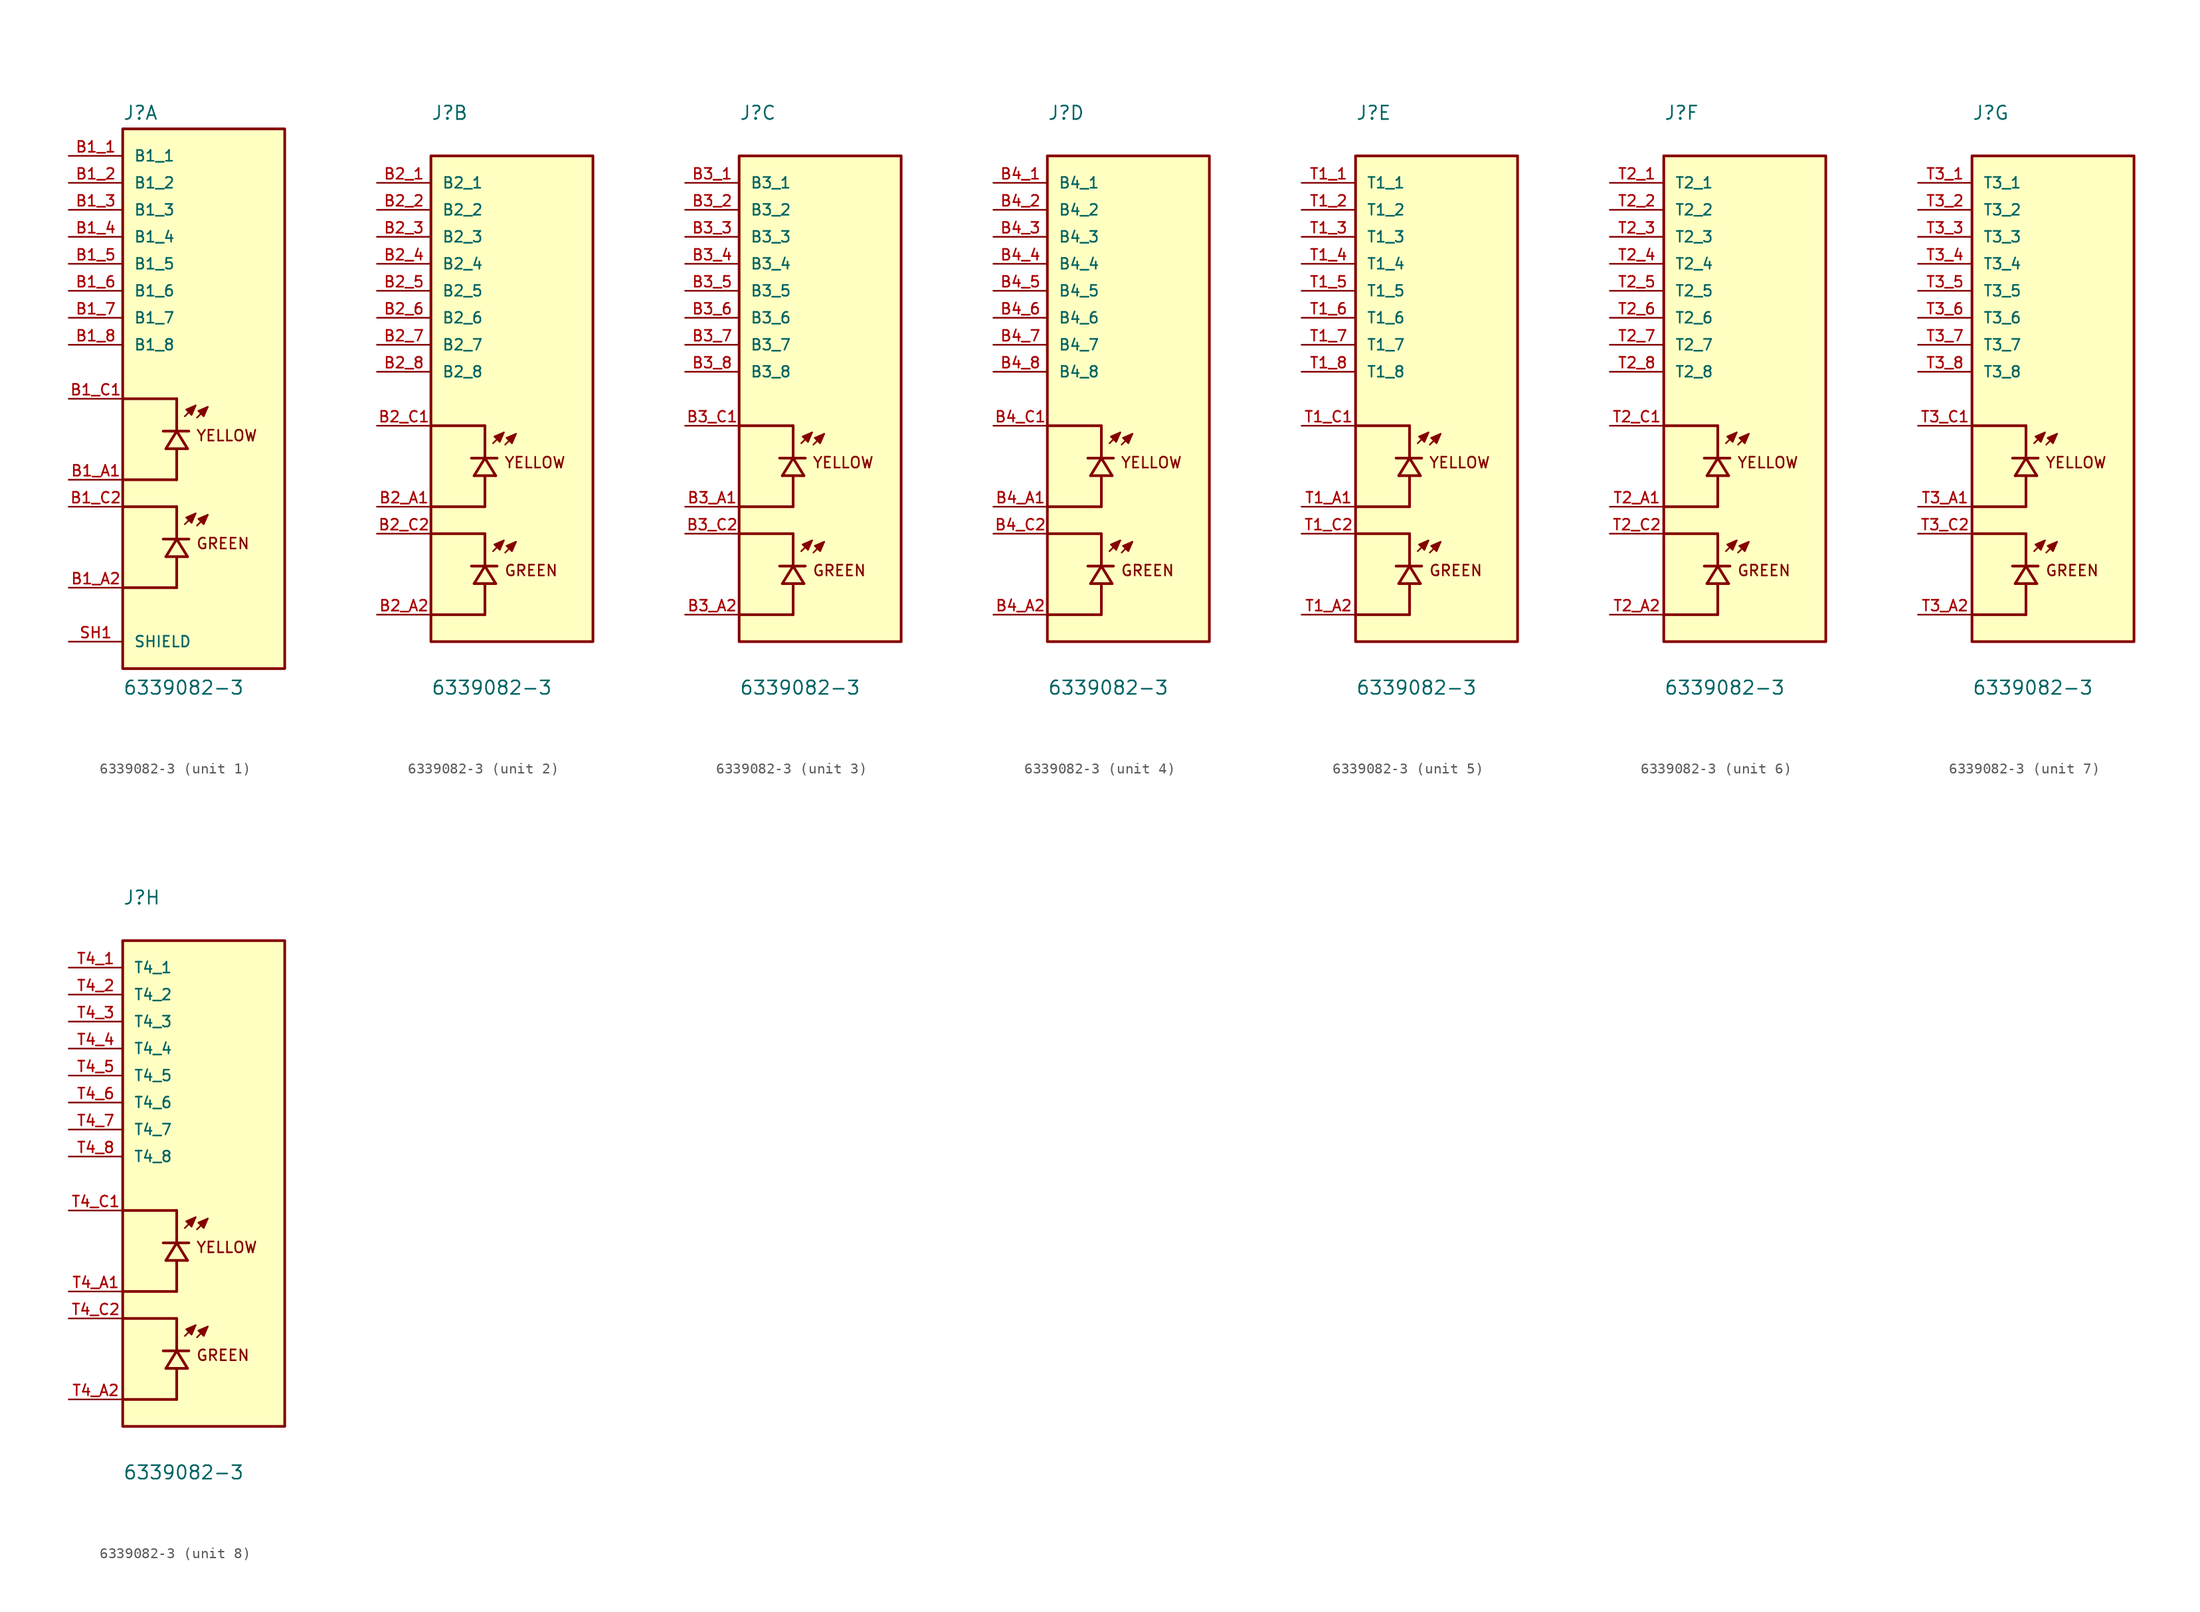
<source format=kicad_sym>
(kicad_symbol_lib
  (version 20211014)
  (generator kicad_symbol_editor)
  (symbol "6339082-3"
    (pin_names
      (offset 1.016))
    (property "Reference" "J"
      (at -7.62 26.162 0)
      (effects (font (size 1.27 1.27)) (justify bottom left)))
    (property "Value" "6339082-3"
      (at -7.62 -27.94 0)
      (effects (font (size 1.27 1.27)) (justify bottom left)))
    (symbol "6339082-3_1_0"
      (polyline (pts (xy -1.778 -1.651) (xy -0.762 -0.635)) (stroke (width 0.152)))
      (polyline (pts (xy -0.635 -1.778) (xy 0.381 -0.762)) (stroke (width 0.152)))
      (polyline (pts (xy -0.762 -0.635) (xy -1.651 -1.016) (xy -1.143 -1.524) (xy -0.762 -0.635)) (stroke (width 0.152)) (fill (type outline)))
      (polyline (pts (xy 0.381 -0.762) (xy -0.508 -1.143) (xy 0.0 -1.651) (xy 0.381 -0.762)) (stroke (width 0.152)) (fill (type outline)))
      (polyline (pts (xy -1.524 -4.699) (xy -2.54 -3.048)) (stroke (width 0.254)))
      (polyline (pts (xy -2.54 -3.048) (xy -3.556 -4.699)) (stroke (width 0.254)))
      (polyline (pts (xy -1.397 -3.048) (xy -2.54 -3.048)) (stroke (width 0.254)))
      (polyline (pts (xy -2.54 -3.048) (xy -3.81 -3.048)) (stroke (width 0.254)))
      (polyline (pts (xy -1.524 -4.699) (xy -3.556 -4.699)) (stroke (width 0.254)))
      (polyline (pts (xy -2.54 -7.62) (xy -2.54 -4.826)) (stroke (width 0.254)))
      (polyline (pts (xy -2.54 -2.921) (xy -2.54 0.0)) (stroke (width 0.254)))
      (polyline (pts (xy -2.54 0.0) (xy -7.62 0.0)) (stroke (width 0.254)))
      (polyline (pts (xy -2.54 -7.62) (xy -7.62 -7.62)) (stroke (width 0.254)))
      (polyline (pts (xy -1.778 -11.811) (xy -0.762 -10.795)) (stroke (width 0.152)))
      (polyline (pts (xy -0.635 -11.938) (xy 0.381 -10.922)) (stroke (width 0.152)))
      (polyline (pts (xy -0.762 -10.795) (xy -1.651 -11.176) (xy -1.143 -11.684) (xy -0.762 -10.795)) (stroke (width 0.152)) (fill (type outline)))
      (polyline (pts (xy 0.381 -10.922) (xy -0.508 -11.303) (xy 0.0 -11.811) (xy 0.381 -10.922)) (stroke (width 0.152)) (fill (type outline)))
      (polyline (pts (xy -1.524 -14.859) (xy -2.54 -13.208)) (stroke (width 0.254)))
      (polyline (pts (xy -2.54 -13.208) (xy -3.556 -14.859)) (stroke (width 0.254)))
      (polyline (pts (xy -1.397 -13.208) (xy -2.54 -13.208)) (stroke (width 0.254)))
      (polyline (pts (xy -2.54 -13.208) (xy -3.81 -13.208)) (stroke (width 0.254)))
      (polyline (pts (xy -1.524 -14.859) (xy -3.556 -14.859)) (stroke (width 0.254)))
      (polyline (pts (xy -2.54 -17.78) (xy -2.54 -14.986)) (stroke (width 0.254)))
      (polyline (pts (xy -2.54 -13.081) (xy -2.54 -10.16)) (stroke (width 0.254)))
      (polyline (pts (xy -2.54 -10.16) (xy -7.62 -10.16)) (stroke (width 0.254)))
      (polyline (pts (xy -2.54 -17.78) (xy -7.62 -17.78)) (stroke (width 0.254)))
      (text "YELLOW" (at -0.762 -4.064 0) (effects (font (size 1.016 1.016)) (justify bottom left)))
      (text "GREEN" (at -0.762 -14.224 0) (effects (font (size 1.016 1.016)) (justify bottom left)))
      (rectangle (start -7.62 -25.4) (end 7.62 25.4) (stroke (width 0.254)) (fill (type background)))
      (pin passive line (at -12.7 22.86 0) (length 5.08) (name "B1_1" (effects (font (size 1.016 1.016)))) (number "B1_1" (effects (font (size 1.016 1.016)))))
      (pin passive line (at -12.7 -22.86 0) (length 5.08) (name "SHIELD" (effects (font (size 1.016 1.016)))) (number "SH1" (effects (font (size 1.016 1.016)))))
      (pin passive line (at -12.7 -22.86 0) (length 5.08) hide (name "SHIELD" (effects (font (size 1.016 1.016)))) (number "SH2" (effects (font (size 1.016 1.016)))))
      (pin passive line (at -12.7 -22.86 0) (length 5.08) hide (name "SHIELD" (effects (font (size 1.016 1.016)))) (number "SH3" (effects (font (size 1.016 1.016)))))
      (pin passive line (at -12.7 -22.86 0) (length 5.08) hide (name "SHIELD" (effects (font (size 1.016 1.016)))) (number "SH4" (effects (font (size 1.016 1.016)))))
      (pin passive line (at -12.7 -22.86 0) (length 5.08) hide (name "SHIELD" (effects (font (size 1.016 1.016)))) (number "SH5" (effects (font (size 1.016 1.016)))))
      (pin passive line (at -12.7 -22.86 0) (length 5.08) hide (name "SHIELD" (effects (font (size 1.016 1.016)))) (number "SH6" (effects (font (size 1.016 1.016)))))
      (pin passive line (at -12.7 -7.62 0) (length 5.08) (name "~" (effects (font (size 1.016 1.016)))) (number "B1_A1" (effects (font (size 1.016 1.016)))))
      (pin passive line (at -12.7 0.0 0) (length 5.08) (name "~" (effects (font (size 1.016 1.016)))) (number "B1_C1" (effects (font (size 1.016 1.016)))))
      (pin passive line (at -12.7 -17.78 0) (length 5.08) (name "~" (effects (font (size 1.016 1.016)))) (number "B1_A2" (effects (font (size 1.016 1.016)))))
      (pin passive line (at -12.7 -10.16 0) (length 5.08) (name "~" (effects (font (size 1.016 1.016)))) (number "B1_C2" (effects (font (size 1.016 1.016)))))
      (pin passive line (at -12.7 20.32 0) (length 5.08) (name "B1_2" (effects (font (size 1.016 1.016)))) (number "B1_2" (effects (font (size 1.016 1.016)))))
      (pin passive line (at -12.7 17.78 0) (length 5.08) (name "B1_3" (effects (font (size 1.016 1.016)))) (number "B1_3" (effects (font (size 1.016 1.016)))))
      (pin passive line (at -12.7 15.24 0) (length 5.08) (name "B1_4" (effects (font (size 1.016 1.016)))) (number "B1_4" (effects (font (size 1.016 1.016)))))
      (pin passive line (at -12.7 12.7 0) (length 5.08) (name "B1_5" (effects (font (size 1.016 1.016)))) (number "B1_5" (effects (font (size 1.016 1.016)))))
      (pin passive line (at -12.7 10.16 0) (length 5.08) (name "B1_6" (effects (font (size 1.016 1.016)))) (number "B1_6" (effects (font (size 1.016 1.016)))))
      (pin passive line (at -12.7 7.62 0) (length 5.08) (name "B1_7" (effects (font (size 1.016 1.016)))) (number "B1_7" (effects (font (size 1.016 1.016)))))
      (pin passive line (at -12.7 5.08 0) (length 5.08) (name "B1_8" (effects (font (size 1.016 1.016)))) (number "B1_8" (effects (font (size 1.016 1.016))))))
    (symbol "6339082-3_2_0"
      (polyline (pts (xy -1.778 -4.191) (xy -0.762 -3.175)) (stroke (width 0.152)))
      (polyline (pts (xy -0.635 -4.318) (xy 0.381 -3.302)) (stroke (width 0.152)))
      (polyline (pts (xy -0.762 -3.175) (xy -1.651 -3.556) (xy -1.143 -4.064) (xy -0.762 -3.175)) (stroke (width 0.152)) (fill (type outline)))
      (polyline (pts (xy 0.381 -3.302) (xy -0.508 -3.683) (xy 0.0 -4.191) (xy 0.381 -3.302)) (stroke (width 0.152)) (fill (type outline)))
      (polyline (pts (xy -1.524 -7.239) (xy -2.54 -5.588)) (stroke (width 0.254)))
      (polyline (pts (xy -2.54 -5.588) (xy -3.556 -7.239)) (stroke (width 0.254)))
      (polyline (pts (xy -1.397 -5.588) (xy -2.54 -5.588)) (stroke (width 0.254)))
      (polyline (pts (xy -2.54 -5.588) (xy -3.81 -5.588)) (stroke (width 0.254)))
      (polyline (pts (xy -1.524 -7.239) (xy -3.556 -7.239)) (stroke (width 0.254)))
      (polyline (pts (xy -2.54 -10.16) (xy -2.54 -7.366)) (stroke (width 0.254)))
      (polyline (pts (xy -2.54 -5.461) (xy -2.54 -2.54)) (stroke (width 0.254)))
      (polyline (pts (xy -2.54 -2.54) (xy -7.62 -2.54)) (stroke (width 0.254)))
      (polyline (pts (xy -2.54 -10.16) (xy -7.62 -10.16)) (stroke (width 0.254)))
      (polyline (pts (xy -1.778 -14.351) (xy -0.762 -13.335)) (stroke (width 0.152)))
      (polyline (pts (xy -0.635 -14.478) (xy 0.381 -13.462)) (stroke (width 0.152)))
      (polyline (pts (xy -0.762 -13.335) (xy -1.651 -13.716) (xy -1.143 -14.224) (xy -0.762 -13.335)) (stroke (width 0.152)) (fill (type outline)))
      (polyline (pts (xy 0.381 -13.462) (xy -0.508 -13.843) (xy 0.0 -14.351) (xy 0.381 -13.462)) (stroke (width 0.152)) (fill (type outline)))
      (polyline (pts (xy -1.524 -17.399) (xy -2.54 -15.748)) (stroke (width 0.254)))
      (polyline (pts (xy -2.54 -15.748) (xy -3.556 -17.399)) (stroke (width 0.254)))
      (polyline (pts (xy -1.397 -15.748) (xy -2.54 -15.748)) (stroke (width 0.254)))
      (polyline (pts (xy -2.54 -15.748) (xy -3.81 -15.748)) (stroke (width 0.254)))
      (polyline (pts (xy -1.524 -17.399) (xy -3.556 -17.399)) (stroke (width 0.254)))
      (polyline (pts (xy -2.54 -20.32) (xy -2.54 -17.526)) (stroke (width 0.254)))
      (polyline (pts (xy -2.54 -15.621) (xy -2.54 -12.7)) (stroke (width 0.254)))
      (polyline (pts (xy -2.54 -12.7) (xy -7.62 -12.7)) (stroke (width 0.254)))
      (polyline (pts (xy -2.54 -20.32) (xy -7.62 -20.32)) (stroke (width 0.254)))
      (text "YELLOW" (at -0.762 -6.604 0) (effects (font (size 1.016 1.016)) (justify bottom left)))
      (text "GREEN" (at -0.762 -16.764 0) (effects (font (size 1.016 1.016)) (justify bottom left)))
      (rectangle (start -7.62 -22.86) (end 7.62 22.86) (stroke (width 0.254)) (fill (type background)))
      (pin passive line (at -12.7 20.32 0) (length 5.08) (name "B2_1" (effects (font (size 1.016 1.016)))) (number "B2_1" (effects (font (size 1.016 1.016)))))
      (pin passive line (at -12.7 -10.16 0) (length 5.08) (name "~" (effects (font (size 1.016 1.016)))) (number "B2_A1" (effects (font (size 1.016 1.016)))))
      (pin passive line (at -12.7 -2.54 0) (length 5.08) (name "~" (effects (font (size 1.016 1.016)))) (number "B2_C1" (effects (font (size 1.016 1.016)))))
      (pin passive line (at -12.7 -20.32 0) (length 5.08) (name "~" (effects (font (size 1.016 1.016)))) (number "B2_A2" (effects (font (size 1.016 1.016)))))
      (pin passive line (at -12.7 -12.7 0) (length 5.08) (name "~" (effects (font (size 1.016 1.016)))) (number "B2_C2" (effects (font (size 1.016 1.016)))))
      (pin passive line (at -12.7 17.78 0) (length 5.08) (name "B2_2" (effects (font (size 1.016 1.016)))) (number "B2_2" (effects (font (size 1.016 1.016)))))
      (pin passive line (at -12.7 15.24 0) (length 5.08) (name "B2_3" (effects (font (size 1.016 1.016)))) (number "B2_3" (effects (font (size 1.016 1.016)))))
      (pin passive line (at -12.7 12.7 0) (length 5.08) (name "B2_4" (effects (font (size 1.016 1.016)))) (number "B2_4" (effects (font (size 1.016 1.016)))))
      (pin passive line (at -12.7 10.16 0) (length 5.08) (name "B2_5" (effects (font (size 1.016 1.016)))) (number "B2_5" (effects (font (size 1.016 1.016)))))
      (pin passive line (at -12.7 7.62 0) (length 5.08) (name "B2_6" (effects (font (size 1.016 1.016)))) (number "B2_6" (effects (font (size 1.016 1.016)))))
      (pin passive line (at -12.7 5.08 0) (length 5.08) (name "B2_7" (effects (font (size 1.016 1.016)))) (number "B2_7" (effects (font (size 1.016 1.016)))))
      (pin passive line (at -12.7 2.54 0) (length 5.08) (name "B2_8" (effects (font (size 1.016 1.016)))) (number "B2_8" (effects (font (size 1.016 1.016))))))
    (symbol "6339082-3_3_0"
      (polyline (pts (xy -1.778 -4.191) (xy -0.762 -3.175)) (stroke (width 0.152)))
      (polyline (pts (xy -0.635 -4.318) (xy 0.381 -3.302)) (stroke (width 0.152)))
      (polyline (pts (xy -0.762 -3.175) (xy -1.651 -3.556) (xy -1.143 -4.064) (xy -0.762 -3.175)) (stroke (width 0.152)) (fill (type outline)))
      (polyline (pts (xy 0.381 -3.302) (xy -0.508 -3.683) (xy 0.0 -4.191) (xy 0.381 -3.302)) (stroke (width 0.152)) (fill (type outline)))
      (polyline (pts (xy -1.524 -7.239) (xy -2.54 -5.588)) (stroke (width 0.254)))
      (polyline (pts (xy -2.54 -5.588) (xy -3.556 -7.239)) (stroke (width 0.254)))
      (polyline (pts (xy -1.397 -5.588) (xy -2.54 -5.588)) (stroke (width 0.254)))
      (polyline (pts (xy -2.54 -5.588) (xy -3.81 -5.588)) (stroke (width 0.254)))
      (polyline (pts (xy -1.524 -7.239) (xy -3.556 -7.239)) (stroke (width 0.254)))
      (polyline (pts (xy -2.54 -10.16) (xy -2.54 -7.366)) (stroke (width 0.254)))
      (polyline (pts (xy -2.54 -5.461) (xy -2.54 -2.54)) (stroke (width 0.254)))
      (polyline (pts (xy -2.54 -2.54) (xy -7.62 -2.54)) (stroke (width 0.254)))
      (polyline (pts (xy -2.54 -10.16) (xy -7.62 -10.16)) (stroke (width 0.254)))
      (polyline (pts (xy -1.778 -14.351) (xy -0.762 -13.335)) (stroke (width 0.152)))
      (polyline (pts (xy -0.635 -14.478) (xy 0.381 -13.462)) (stroke (width 0.152)))
      (polyline (pts (xy -0.762 -13.335) (xy -1.651 -13.716) (xy -1.143 -14.224) (xy -0.762 -13.335)) (stroke (width 0.152)) (fill (type outline)))
      (polyline (pts (xy 0.381 -13.462) (xy -0.508 -13.843) (xy 0.0 -14.351) (xy 0.381 -13.462)) (stroke (width 0.152)) (fill (type outline)))
      (polyline (pts (xy -1.524 -17.399) (xy -2.54 -15.748)) (stroke (width 0.254)))
      (polyline (pts (xy -2.54 -15.748) (xy -3.556 -17.399)) (stroke (width 0.254)))
      (polyline (pts (xy -1.397 -15.748) (xy -2.54 -15.748)) (stroke (width 0.254)))
      (polyline (pts (xy -2.54 -15.748) (xy -3.81 -15.748)) (stroke (width 0.254)))
      (polyline (pts (xy -1.524 -17.399) (xy -3.556 -17.399)) (stroke (width 0.254)))
      (polyline (pts (xy -2.54 -20.32) (xy -2.54 -17.526)) (stroke (width 0.254)))
      (polyline (pts (xy -2.54 -15.621) (xy -2.54 -12.7)) (stroke (width 0.254)))
      (polyline (pts (xy -2.54 -12.7) (xy -7.62 -12.7)) (stroke (width 0.254)))
      (polyline (pts (xy -2.54 -20.32) (xy -7.62 -20.32)) (stroke (width 0.254)))
      (text "YELLOW" (at -0.762 -6.604 0) (effects (font (size 1.016 1.016)) (justify bottom left)))
      (text "GREEN" (at -0.762 -16.764 0) (effects (font (size 1.016 1.016)) (justify bottom left)))
      (rectangle (start -7.62 -22.86) (end 7.62 22.86) (stroke (width 0.254)) (fill (type background)))
      (pin passive line (at -12.7 20.32 0) (length 5.08) (name "B3_1" (effects (font (size 1.016 1.016)))) (number "B3_1" (effects (font (size 1.016 1.016)))))
      (pin passive line (at -12.7 -10.16 0) (length 5.08) (name "~" (effects (font (size 1.016 1.016)))) (number "B3_A1" (effects (font (size 1.016 1.016)))))
      (pin passive line (at -12.7 -2.54 0) (length 5.08) (name "~" (effects (font (size 1.016 1.016)))) (number "B3_C1" (effects (font (size 1.016 1.016)))))
      (pin passive line (at -12.7 -20.32 0) (length 5.08) (name "~" (effects (font (size 1.016 1.016)))) (number "B3_A2" (effects (font (size 1.016 1.016)))))
      (pin passive line (at -12.7 -12.7 0) (length 5.08) (name "~" (effects (font (size 1.016 1.016)))) (number "B3_C2" (effects (font (size 1.016 1.016)))))
      (pin passive line (at -12.7 17.78 0) (length 5.08) (name "B3_2" (effects (font (size 1.016 1.016)))) (number "B3_2" (effects (font (size 1.016 1.016)))))
      (pin passive line (at -12.7 15.24 0) (length 5.08) (name "B3_3" (effects (font (size 1.016 1.016)))) (number "B3_3" (effects (font (size 1.016 1.016)))))
      (pin passive line (at -12.7 12.7 0) (length 5.08) (name "B3_4" (effects (font (size 1.016 1.016)))) (number "B3_4" (effects (font (size 1.016 1.016)))))
      (pin passive line (at -12.7 10.16 0) (length 5.08) (name "B3_5" (effects (font (size 1.016 1.016)))) (number "B3_5" (effects (font (size 1.016 1.016)))))
      (pin passive line (at -12.7 7.62 0) (length 5.08) (name "B3_6" (effects (font (size 1.016 1.016)))) (number "B3_6" (effects (font (size 1.016 1.016)))))
      (pin passive line (at -12.7 5.08 0) (length 5.08) (name "B3_7" (effects (font (size 1.016 1.016)))) (number "B3_7" (effects (font (size 1.016 1.016)))))
      (pin passive line (at -12.7 2.54 0) (length 5.08) (name "B3_8" (effects (font (size 1.016 1.016)))) (number "B3_8" (effects (font (size 1.016 1.016))))))
    (symbol "6339082-3_4_0"
      (polyline (pts (xy -1.778 -4.191) (xy -0.762 -3.175)) (stroke (width 0.152)))
      (polyline (pts (xy -0.635 -4.318) (xy 0.381 -3.302)) (stroke (width 0.152)))
      (polyline (pts (xy -0.762 -3.175) (xy -1.651 -3.556) (xy -1.143 -4.064) (xy -0.762 -3.175)) (stroke (width 0.152)) (fill (type outline)))
      (polyline (pts (xy 0.381 -3.302) (xy -0.508 -3.683) (xy 0.0 -4.191) (xy 0.381 -3.302)) (stroke (width 0.152)) (fill (type outline)))
      (polyline (pts (xy -1.524 -7.239) (xy -2.54 -5.588)) (stroke (width 0.254)))
      (polyline (pts (xy -2.54 -5.588) (xy -3.556 -7.239)) (stroke (width 0.254)))
      (polyline (pts (xy -1.397 -5.588) (xy -2.54 -5.588)) (stroke (width 0.254)))
      (polyline (pts (xy -2.54 -5.588) (xy -3.81 -5.588)) (stroke (width 0.254)))
      (polyline (pts (xy -1.524 -7.239) (xy -3.556 -7.239)) (stroke (width 0.254)))
      (polyline (pts (xy -2.54 -10.16) (xy -2.54 -7.366)) (stroke (width 0.254)))
      (polyline (pts (xy -2.54 -5.461) (xy -2.54 -2.54)) (stroke (width 0.254)))
      (polyline (pts (xy -2.54 -2.54) (xy -7.62 -2.54)) (stroke (width 0.254)))
      (polyline (pts (xy -2.54 -10.16) (xy -7.62 -10.16)) (stroke (width 0.254)))
      (polyline (pts (xy -1.778 -14.351) (xy -0.762 -13.335)) (stroke (width 0.152)))
      (polyline (pts (xy -0.635 -14.478) (xy 0.381 -13.462)) (stroke (width 0.152)))
      (polyline (pts (xy -0.762 -13.335) (xy -1.651 -13.716) (xy -1.143 -14.224) (xy -0.762 -13.335)) (stroke (width 0.152)) (fill (type outline)))
      (polyline (pts (xy 0.381 -13.462) (xy -0.508 -13.843) (xy 0.0 -14.351) (xy 0.381 -13.462)) (stroke (width 0.152)) (fill (type outline)))
      (polyline (pts (xy -1.524 -17.399) (xy -2.54 -15.748)) (stroke (width 0.254)))
      (polyline (pts (xy -2.54 -15.748) (xy -3.556 -17.399)) (stroke (width 0.254)))
      (polyline (pts (xy -1.397 -15.748) (xy -2.54 -15.748)) (stroke (width 0.254)))
      (polyline (pts (xy -2.54 -15.748) (xy -3.81 -15.748)) (stroke (width 0.254)))
      (polyline (pts (xy -1.524 -17.399) (xy -3.556 -17.399)) (stroke (width 0.254)))
      (polyline (pts (xy -2.54 -20.32) (xy -2.54 -17.526)) (stroke (width 0.254)))
      (polyline (pts (xy -2.54 -15.621) (xy -2.54 -12.7)) (stroke (width 0.254)))
      (polyline (pts (xy -2.54 -12.7) (xy -7.62 -12.7)) (stroke (width 0.254)))
      (polyline (pts (xy -2.54 -20.32) (xy -7.62 -20.32)) (stroke (width 0.254)))
      (text "YELLOW" (at -0.762 -6.604 0) (effects (font (size 1.016 1.016)) (justify bottom left)))
      (text "GREEN" (at -0.762 -16.764 0) (effects (font (size 1.016 1.016)) (justify bottom left)))
      (rectangle (start -7.62 -22.86) (end 7.62 22.86) (stroke (width 0.254)) (fill (type background)))
      (pin passive line (at -12.7 20.32 0) (length 5.08) (name "B4_1" (effects (font (size 1.016 1.016)))) (number "B4_1" (effects (font (size 1.016 1.016)))))
      (pin passive line (at -12.7 -10.16 0) (length 5.08) (name "~" (effects (font (size 1.016 1.016)))) (number "B4_A1" (effects (font (size 1.016 1.016)))))
      (pin passive line (at -12.7 -2.54 0) (length 5.08) (name "~" (effects (font (size 1.016 1.016)))) (number "B4_C1" (effects (font (size 1.016 1.016)))))
      (pin passive line (at -12.7 -20.32 0) (length 5.08) (name "~" (effects (font (size 1.016 1.016)))) (number "B4_A2" (effects (font (size 1.016 1.016)))))
      (pin passive line (at -12.7 -12.7 0) (length 5.08) (name "~" (effects (font (size 1.016 1.016)))) (number "B4_C2" (effects (font (size 1.016 1.016)))))
      (pin passive line (at -12.7 17.78 0) (length 5.08) (name "B4_2" (effects (font (size 1.016 1.016)))) (number "B4_2" (effects (font (size 1.016 1.016)))))
      (pin passive line (at -12.7 15.24 0) (length 5.08) (name "B4_3" (effects (font (size 1.016 1.016)))) (number "B4_3" (effects (font (size 1.016 1.016)))))
      (pin passive line (at -12.7 12.7 0) (length 5.08) (name "B4_4" (effects (font (size 1.016 1.016)))) (number "B4_4" (effects (font (size 1.016 1.016)))))
      (pin passive line (at -12.7 10.16 0) (length 5.08) (name "B4_5" (effects (font (size 1.016 1.016)))) (number "B4_5" (effects (font (size 1.016 1.016)))))
      (pin passive line (at -12.7 7.62 0) (length 5.08) (name "B4_6" (effects (font (size 1.016 1.016)))) (number "B4_6" (effects (font (size 1.016 1.016)))))
      (pin passive line (at -12.7 5.08 0) (length 5.08) (name "B4_7" (effects (font (size 1.016 1.016)))) (number "B4_7" (effects (font (size 1.016 1.016)))))
      (pin passive line (at -12.7 2.54 0) (length 5.08) (name "B4_8" (effects (font (size 1.016 1.016)))) (number "B4_8" (effects (font (size 1.016 1.016))))))
    (symbol "6339082-3_5_0"
      (polyline (pts (xy -1.778 -4.191) (xy -0.762 -3.175)) (stroke (width 0.152)))
      (polyline (pts (xy -0.635 -4.318) (xy 0.381 -3.302)) (stroke (width 0.152)))
      (polyline (pts (xy -0.762 -3.175) (xy -1.651 -3.556) (xy -1.143 -4.064) (xy -0.762 -3.175)) (stroke (width 0.152)) (fill (type outline)))
      (polyline (pts (xy 0.381 -3.302) (xy -0.508 -3.683) (xy 0.0 -4.191) (xy 0.381 -3.302)) (stroke (width 0.152)) (fill (type outline)))
      (polyline (pts (xy -1.524 -7.239) (xy -2.54 -5.588)) (stroke (width 0.254)))
      (polyline (pts (xy -2.54 -5.588) (xy -3.556 -7.239)) (stroke (width 0.254)))
      (polyline (pts (xy -1.397 -5.588) (xy -2.54 -5.588)) (stroke (width 0.254)))
      (polyline (pts (xy -2.54 -5.588) (xy -3.81 -5.588)) (stroke (width 0.254)))
      (polyline (pts (xy -1.524 -7.239) (xy -3.556 -7.239)) (stroke (width 0.254)))
      (polyline (pts (xy -2.54 -10.16) (xy -2.54 -7.366)) (stroke (width 0.254)))
      (polyline (pts (xy -2.54 -5.461) (xy -2.54 -2.54)) (stroke (width 0.254)))
      (polyline (pts (xy -2.54 -2.54) (xy -7.62 -2.54)) (stroke (width 0.254)))
      (polyline (pts (xy -2.54 -10.16) (xy -7.62 -10.16)) (stroke (width 0.254)))
      (polyline (pts (xy -1.778 -14.351) (xy -0.762 -13.335)) (stroke (width 0.152)))
      (polyline (pts (xy -0.635 -14.478) (xy 0.381 -13.462)) (stroke (width 0.152)))
      (polyline (pts (xy -0.762 -13.335) (xy -1.651 -13.716) (xy -1.143 -14.224) (xy -0.762 -13.335)) (stroke (width 0.152)) (fill (type outline)))
      (polyline (pts (xy 0.381 -13.462) (xy -0.508 -13.843) (xy 0.0 -14.351) (xy 0.381 -13.462)) (stroke (width 0.152)) (fill (type outline)))
      (polyline (pts (xy -1.524 -17.399) (xy -2.54 -15.748)) (stroke (width 0.254)))
      (polyline (pts (xy -2.54 -15.748) (xy -3.556 -17.399)) (stroke (width 0.254)))
      (polyline (pts (xy -1.397 -15.748) (xy -2.54 -15.748)) (stroke (width 0.254)))
      (polyline (pts (xy -2.54 -15.748) (xy -3.81 -15.748)) (stroke (width 0.254)))
      (polyline (pts (xy -1.524 -17.399) (xy -3.556 -17.399)) (stroke (width 0.254)))
      (polyline (pts (xy -2.54 -20.32) (xy -2.54 -17.526)) (stroke (width 0.254)))
      (polyline (pts (xy -2.54 -15.621) (xy -2.54 -12.7)) (stroke (width 0.254)))
      (polyline (pts (xy -2.54 -12.7) (xy -7.62 -12.7)) (stroke (width 0.254)))
      (polyline (pts (xy -2.54 -20.32) (xy -7.62 -20.32)) (stroke (width 0.254)))
      (text "YELLOW" (at -0.762 -6.604 0) (effects (font (size 1.016 1.016)) (justify bottom left)))
      (text "GREEN" (at -0.762 -16.764 0) (effects (font (size 1.016 1.016)) (justify bottom left)))
      (rectangle (start -7.62 -22.86) (end 7.62 22.86) (stroke (width 0.254)) (fill (type background)))
      (pin passive line (at -12.7 20.32 0) (length 5.08) (name "T1_1" (effects (font (size 1.016 1.016)))) (number "T1_1" (effects (font (size 1.016 1.016)))))
      (pin passive line (at -12.7 -10.16 0) (length 5.08) (name "~" (effects (font (size 1.016 1.016)))) (number "T1_A1" (effects (font (size 1.016 1.016)))))
      (pin passive line (at -12.7 -2.54 0) (length 5.08) (name "~" (effects (font (size 1.016 1.016)))) (number "T1_C1" (effects (font (size 1.016 1.016)))))
      (pin passive line (at -12.7 -20.32 0) (length 5.08) (name "~" (effects (font (size 1.016 1.016)))) (number "T1_A2" (effects (font (size 1.016 1.016)))))
      (pin passive line (at -12.7 -12.7 0) (length 5.08) (name "~" (effects (font (size 1.016 1.016)))) (number "T1_C2" (effects (font (size 1.016 1.016)))))
      (pin passive line (at -12.7 17.78 0) (length 5.08) (name "T1_2" (effects (font (size 1.016 1.016)))) (number "T1_2" (effects (font (size 1.016 1.016)))))
      (pin passive line (at -12.7 15.24 0) (length 5.08) (name "T1_3" (effects (font (size 1.016 1.016)))) (number "T1_3" (effects (font (size 1.016 1.016)))))
      (pin passive line (at -12.7 12.7 0) (length 5.08) (name "T1_4" (effects (font (size 1.016 1.016)))) (number "T1_4" (effects (font (size 1.016 1.016)))))
      (pin passive line (at -12.7 10.16 0) (length 5.08) (name "T1_5" (effects (font (size 1.016 1.016)))) (number "T1_5" (effects (font (size 1.016 1.016)))))
      (pin passive line (at -12.7 7.62 0) (length 5.08) (name "T1_6" (effects (font (size 1.016 1.016)))) (number "T1_6" (effects (font (size 1.016 1.016)))))
      (pin passive line (at -12.7 5.08 0) (length 5.08) (name "T1_7" (effects (font (size 1.016 1.016)))) (number "T1_7" (effects (font (size 1.016 1.016)))))
      (pin passive line (at -12.7 2.54 0) (length 5.08) (name "T1_8" (effects (font (size 1.016 1.016)))) (number "T1_8" (effects (font (size 1.016 1.016))))))
    (symbol "6339082-3_6_0"
      (polyline (pts (xy -1.778 -4.191) (xy -0.762 -3.175)) (stroke (width 0.152)))
      (polyline (pts (xy -0.635 -4.318) (xy 0.381 -3.302)) (stroke (width 0.152)))
      (polyline (pts (xy -0.762 -3.175) (xy -1.651 -3.556) (xy -1.143 -4.064) (xy -0.762 -3.175)) (stroke (width 0.152)) (fill (type outline)))
      (polyline (pts (xy 0.381 -3.302) (xy -0.508 -3.683) (xy 0.0 -4.191) (xy 0.381 -3.302)) (stroke (width 0.152)) (fill (type outline)))
      (polyline (pts (xy -1.524 -7.239) (xy -2.54 -5.588)) (stroke (width 0.254)))
      (polyline (pts (xy -2.54 -5.588) (xy -3.556 -7.239)) (stroke (width 0.254)))
      (polyline (pts (xy -1.397 -5.588) (xy -2.54 -5.588)) (stroke (width 0.254)))
      (polyline (pts (xy -2.54 -5.588) (xy -3.81 -5.588)) (stroke (width 0.254)))
      (polyline (pts (xy -1.524 -7.239) (xy -3.556 -7.239)) (stroke (width 0.254)))
      (polyline (pts (xy -2.54 -10.16) (xy -2.54 -7.366)) (stroke (width 0.254)))
      (polyline (pts (xy -2.54 -5.461) (xy -2.54 -2.54)) (stroke (width 0.254)))
      (polyline (pts (xy -2.54 -2.54) (xy -7.62 -2.54)) (stroke (width 0.254)))
      (polyline (pts (xy -2.54 -10.16) (xy -7.62 -10.16)) (stroke (width 0.254)))
      (polyline (pts (xy -1.778 -14.351) (xy -0.762 -13.335)) (stroke (width 0.152)))
      (polyline (pts (xy -0.635 -14.478) (xy 0.381 -13.462)) (stroke (width 0.152)))
      (polyline (pts (xy -0.762 -13.335) (xy -1.651 -13.716) (xy -1.143 -14.224) (xy -0.762 -13.335)) (stroke (width 0.152)) (fill (type outline)))
      (polyline (pts (xy 0.381 -13.462) (xy -0.508 -13.843) (xy 0.0 -14.351) (xy 0.381 -13.462)) (stroke (width 0.152)) (fill (type outline)))
      (polyline (pts (xy -1.524 -17.399) (xy -2.54 -15.748)) (stroke (width 0.254)))
      (polyline (pts (xy -2.54 -15.748) (xy -3.556 -17.399)) (stroke (width 0.254)))
      (polyline (pts (xy -1.397 -15.748) (xy -2.54 -15.748)) (stroke (width 0.254)))
      (polyline (pts (xy -2.54 -15.748) (xy -3.81 -15.748)) (stroke (width 0.254)))
      (polyline (pts (xy -1.524 -17.399) (xy -3.556 -17.399)) (stroke (width 0.254)))
      (polyline (pts (xy -2.54 -20.32) (xy -2.54 -17.526)) (stroke (width 0.254)))
      (polyline (pts (xy -2.54 -15.621) (xy -2.54 -12.7)) (stroke (width 0.254)))
      (polyline (pts (xy -2.54 -12.7) (xy -7.62 -12.7)) (stroke (width 0.254)))
      (polyline (pts (xy -2.54 -20.32) (xy -7.62 -20.32)) (stroke (width 0.254)))
      (text "YELLOW" (at -0.762 -6.604 0) (effects (font (size 1.016 1.016)) (justify bottom left)))
      (text "GREEN" (at -0.762 -16.764 0) (effects (font (size 1.016 1.016)) (justify bottom left)))
      (rectangle (start -7.62 -22.86) (end 7.62 22.86) (stroke (width 0.254)) (fill (type background)))
      (pin passive line (at -12.7 20.32 0) (length 5.08) (name "T2_1" (effects (font (size 1.016 1.016)))) (number "T2_1" (effects (font (size 1.016 1.016)))))
      (pin passive line (at -12.7 -10.16 0) (length 5.08) (name "~" (effects (font (size 1.016 1.016)))) (number "T2_A1" (effects (font (size 1.016 1.016)))))
      (pin passive line (at -12.7 -2.54 0) (length 5.08) (name "~" (effects (font (size 1.016 1.016)))) (number "T2_C1" (effects (font (size 1.016 1.016)))))
      (pin passive line (at -12.7 -20.32 0) (length 5.08) (name "~" (effects (font (size 1.016 1.016)))) (number "T2_A2" (effects (font (size 1.016 1.016)))))
      (pin passive line (at -12.7 -12.7 0) (length 5.08) (name "~" (effects (font (size 1.016 1.016)))) (number "T2_C2" (effects (font (size 1.016 1.016)))))
      (pin passive line (at -12.7 17.78 0) (length 5.08) (name "T2_2" (effects (font (size 1.016 1.016)))) (number "T2_2" (effects (font (size 1.016 1.016)))))
      (pin passive line (at -12.7 15.24 0) (length 5.08) (name "T2_3" (effects (font (size 1.016 1.016)))) (number "T2_3" (effects (font (size 1.016 1.016)))))
      (pin passive line (at -12.7 12.7 0) (length 5.08) (name "T2_4" (effects (font (size 1.016 1.016)))) (number "T2_4" (effects (font (size 1.016 1.016)))))
      (pin passive line (at -12.7 10.16 0) (length 5.08) (name "T2_5" (effects (font (size 1.016 1.016)))) (number "T2_5" (effects (font (size 1.016 1.016)))))
      (pin passive line (at -12.7 7.62 0) (length 5.08) (name "T2_6" (effects (font (size 1.016 1.016)))) (number "T2_6" (effects (font (size 1.016 1.016)))))
      (pin passive line (at -12.7 5.08 0) (length 5.08) (name "T2_7" (effects (font (size 1.016 1.016)))) (number "T2_7" (effects (font (size 1.016 1.016)))))
      (pin passive line (at -12.7 2.54 0) (length 5.08) (name "T2_8" (effects (font (size 1.016 1.016)))) (number "T2_8" (effects (font (size 1.016 1.016))))))
    (symbol "6339082-3_7_0"
      (polyline (pts (xy -1.778 -4.191) (xy -0.762 -3.175)) (stroke (width 0.152)))
      (polyline (pts (xy -0.635 -4.318) (xy 0.381 -3.302)) (stroke (width 0.152)))
      (polyline (pts (xy -0.762 -3.175) (xy -1.651 -3.556) (xy -1.143 -4.064) (xy -0.762 -3.175)) (stroke (width 0.152)) (fill (type outline)))
      (polyline (pts (xy 0.381 -3.302) (xy -0.508 -3.683) (xy 0.0 -4.191) (xy 0.381 -3.302)) (stroke (width 0.152)) (fill (type outline)))
      (polyline (pts (xy -1.524 -7.239) (xy -2.54 -5.588)) (stroke (width 0.254)))
      (polyline (pts (xy -2.54 -5.588) (xy -3.556 -7.239)) (stroke (width 0.254)))
      (polyline (pts (xy -1.397 -5.588) (xy -2.54 -5.588)) (stroke (width 0.254)))
      (polyline (pts (xy -2.54 -5.588) (xy -3.81 -5.588)) (stroke (width 0.254)))
      (polyline (pts (xy -1.524 -7.239) (xy -3.556 -7.239)) (stroke (width 0.254)))
      (polyline (pts (xy -2.54 -10.16) (xy -2.54 -7.366)) (stroke (width 0.254)))
      (polyline (pts (xy -2.54 -5.461) (xy -2.54 -2.54)) (stroke (width 0.254)))
      (polyline (pts (xy -2.54 -2.54) (xy -7.62 -2.54)) (stroke (width 0.254)))
      (polyline (pts (xy -2.54 -10.16) (xy -7.62 -10.16)) (stroke (width 0.254)))
      (polyline (pts (xy -1.778 -14.351) (xy -0.762 -13.335)) (stroke (width 0.152)))
      (polyline (pts (xy -0.635 -14.478) (xy 0.381 -13.462)) (stroke (width 0.152)))
      (polyline (pts (xy -0.762 -13.335) (xy -1.651 -13.716) (xy -1.143 -14.224) (xy -0.762 -13.335)) (stroke (width 0.152)) (fill (type outline)))
      (polyline (pts (xy 0.381 -13.462) (xy -0.508 -13.843) (xy 0.0 -14.351) (xy 0.381 -13.462)) (stroke (width 0.152)) (fill (type outline)))
      (polyline (pts (xy -1.524 -17.399) (xy -2.54 -15.748)) (stroke (width 0.254)))
      (polyline (pts (xy -2.54 -15.748) (xy -3.556 -17.399)) (stroke (width 0.254)))
      (polyline (pts (xy -1.397 -15.748) (xy -2.54 -15.748)) (stroke (width 0.254)))
      (polyline (pts (xy -2.54 -15.748) (xy -3.81 -15.748)) (stroke (width 0.254)))
      (polyline (pts (xy -1.524 -17.399) (xy -3.556 -17.399)) (stroke (width 0.254)))
      (polyline (pts (xy -2.54 -20.32) (xy -2.54 -17.526)) (stroke (width 0.254)))
      (polyline (pts (xy -2.54 -15.621) (xy -2.54 -12.7)) (stroke (width 0.254)))
      (polyline (pts (xy -2.54 -12.7) (xy -7.62 -12.7)) (stroke (width 0.254)))
      (polyline (pts (xy -2.54 -20.32) (xy -7.62 -20.32)) (stroke (width 0.254)))
      (text "YELLOW" (at -0.762 -6.604 0) (effects (font (size 1.016 1.016)) (justify bottom left)))
      (text "GREEN" (at -0.762 -16.764 0) (effects (font (size 1.016 1.016)) (justify bottom left)))
      (rectangle (start -7.62 -22.86) (end 7.62 22.86) (stroke (width 0.254)) (fill (type background)))
      (pin passive line (at -12.7 20.32 0) (length 5.08) (name "T3_1" (effects (font (size 1.016 1.016)))) (number "T3_1" (effects (font (size 1.016 1.016)))))
      (pin passive line (at -12.7 -10.16 0) (length 5.08) (name "~" (effects (font (size 1.016 1.016)))) (number "T3_A1" (effects (font (size 1.016 1.016)))))
      (pin passive line (at -12.7 -2.54 0) (length 5.08) (name "~" (effects (font (size 1.016 1.016)))) (number "T3_C1" (effects (font (size 1.016 1.016)))))
      (pin passive line (at -12.7 -20.32 0) (length 5.08) (name "~" (effects (font (size 1.016 1.016)))) (number "T3_A2" (effects (font (size 1.016 1.016)))))
      (pin passive line (at -12.7 -12.7 0) (length 5.08) (name "~" (effects (font (size 1.016 1.016)))) (number "T3_C2" (effects (font (size 1.016 1.016)))))
      (pin passive line (at -12.7 17.78 0) (length 5.08) (name "T3_2" (effects (font (size 1.016 1.016)))) (number "T3_2" (effects (font (size 1.016 1.016)))))
      (pin passive line (at -12.7 15.24 0) (length 5.08) (name "T3_3" (effects (font (size 1.016 1.016)))) (number "T3_3" (effects (font (size 1.016 1.016)))))
      (pin passive line (at -12.7 12.7 0) (length 5.08) (name "T3_4" (effects (font (size 1.016 1.016)))) (number "T3_4" (effects (font (size 1.016 1.016)))))
      (pin passive line (at -12.7 10.16 0) (length 5.08) (name "T3_5" (effects (font (size 1.016 1.016)))) (number "T3_5" (effects (font (size 1.016 1.016)))))
      (pin passive line (at -12.7 7.62 0) (length 5.08) (name "T3_6" (effects (font (size 1.016 1.016)))) (number "T3_6" (effects (font (size 1.016 1.016)))))
      (pin passive line (at -12.7 5.08 0) (length 5.08) (name "T3_7" (effects (font (size 1.016 1.016)))) (number "T3_7" (effects (font (size 1.016 1.016)))))
      (pin passive line (at -12.7 2.54 0) (length 5.08) (name "T3_8" (effects (font (size 1.016 1.016)))) (number "T3_8" (effects (font (size 1.016 1.016))))))
    (symbol "6339082-3_8_0"
      (polyline (pts (xy -1.778 -4.191) (xy -0.762 -3.175)) (stroke (width 0.152)))
      (polyline (pts (xy -0.635 -4.318) (xy 0.381 -3.302)) (stroke (width 0.152)))
      (polyline (pts (xy -0.762 -3.175) (xy -1.651 -3.556) (xy -1.143 -4.064) (xy -0.762 -3.175)) (stroke (width 0.152)) (fill (type outline)))
      (polyline (pts (xy 0.381 -3.302) (xy -0.508 -3.683) (xy 0.0 -4.191) (xy 0.381 -3.302)) (stroke (width 0.152)) (fill (type outline)))
      (polyline (pts (xy -1.524 -7.239) (xy -2.54 -5.588)) (stroke (width 0.254)))
      (polyline (pts (xy -2.54 -5.588) (xy -3.556 -7.239)) (stroke (width 0.254)))
      (polyline (pts (xy -1.397 -5.588) (xy -2.54 -5.588)) (stroke (width 0.254)))
      (polyline (pts (xy -2.54 -5.588) (xy -3.81 -5.588)) (stroke (width 0.254)))
      (polyline (pts (xy -1.524 -7.239) (xy -3.556 -7.239)) (stroke (width 0.254)))
      (polyline (pts (xy -2.54 -10.16) (xy -2.54 -7.366)) (stroke (width 0.254)))
      (polyline (pts (xy -2.54 -5.461) (xy -2.54 -2.54)) (stroke (width 0.254)))
      (polyline (pts (xy -2.54 -2.54) (xy -7.62 -2.54)) (stroke (width 0.254)))
      (polyline (pts (xy -2.54 -10.16) (xy -7.62 -10.16)) (stroke (width 0.254)))
      (polyline (pts (xy -1.778 -14.351) (xy -0.762 -13.335)) (stroke (width 0.152)))
      (polyline (pts (xy -0.635 -14.478) (xy 0.381 -13.462)) (stroke (width 0.152)))
      (polyline (pts (xy -0.762 -13.335) (xy -1.651 -13.716) (xy -1.143 -14.224) (xy -0.762 -13.335)) (stroke (width 0.152)) (fill (type outline)))
      (polyline (pts (xy 0.381 -13.462) (xy -0.508 -13.843) (xy 0.0 -14.351) (xy 0.381 -13.462)) (stroke (width 0.152)) (fill (type outline)))
      (polyline (pts (xy -1.524 -17.399) (xy -2.54 -15.748)) (stroke (width 0.254)))
      (polyline (pts (xy -2.54 -15.748) (xy -3.556 -17.399)) (stroke (width 0.254)))
      (polyline (pts (xy -1.397 -15.748) (xy -2.54 -15.748)) (stroke (width 0.254)))
      (polyline (pts (xy -2.54 -15.748) (xy -3.81 -15.748)) (stroke (width 0.254)))
      (polyline (pts (xy -1.524 -17.399) (xy -3.556 -17.399)) (stroke (width 0.254)))
      (polyline (pts (xy -2.54 -20.32) (xy -2.54 -17.526)) (stroke (width 0.254)))
      (polyline (pts (xy -2.54 -15.621) (xy -2.54 -12.7)) (stroke (width 0.254)))
      (polyline (pts (xy -2.54 -12.7) (xy -7.62 -12.7)) (stroke (width 0.254)))
      (polyline (pts (xy -2.54 -20.32) (xy -7.62 -20.32)) (stroke (width 0.254)))
      (text "YELLOW" (at -0.762 -6.604 0) (effects (font (size 1.016 1.016)) (justify bottom left)))
      (text "GREEN" (at -0.762 -16.764 0) (effects (font (size 1.016 1.016)) (justify bottom left)))
      (rectangle (start -7.62 -22.86) (end 7.62 22.86) (stroke (width 0.254)) (fill (type background)))
      (pin passive line (at -12.7 20.32 0) (length 5.08) (name "T4_1" (effects (font (size 1.016 1.016)))) (number "T4_1" (effects (font (size 1.016 1.016)))))
      (pin passive line (at -12.7 -10.16 0) (length 5.08) (name "~" (effects (font (size 1.016 1.016)))) (number "T4_A1" (effects (font (size 1.016 1.016)))))
      (pin passive line (at -12.7 -2.54 0) (length 5.08) (name "~" (effects (font (size 1.016 1.016)))) (number "T4_C1" (effects (font (size 1.016 1.016)))))
      (pin passive line (at -12.7 -20.32 0) (length 5.08) (name "~" (effects (font (size 1.016 1.016)))) (number "T4_A2" (effects (font (size 1.016 1.016)))))
      (pin passive line (at -12.7 -12.7 0) (length 5.08) (name "~" (effects (font (size 1.016 1.016)))) (number "T4_C2" (effects (font (size 1.016 1.016)))))
      (pin passive line (at -12.7 17.78 0) (length 5.08) (name "T4_2" (effects (font (size 1.016 1.016)))) (number "T4_2" (effects (font (size 1.016 1.016)))))
      (pin passive line (at -12.7 15.24 0) (length 5.08) (name "T4_3" (effects (font (size 1.016 1.016)))) (number "T4_3" (effects (font (size 1.016 1.016)))))
      (pin passive line (at -12.7 12.7 0) (length 5.08) (name "T4_4" (effects (font (size 1.016 1.016)))) (number "T4_4" (effects (font (size 1.016 1.016)))))
      (pin passive line (at -12.7 10.16 0) (length 5.08) (name "T4_5" (effects (font (size 1.016 1.016)))) (number "T4_5" (effects (font (size 1.016 1.016)))))
      (pin passive line (at -12.7 7.62 0) (length 5.08) (name "T4_6" (effects (font (size 1.016 1.016)))) (number "T4_6" (effects (font (size 1.016 1.016)))))
      (pin passive line (at -12.7 5.08 0) (length 5.08) (name "T4_7" (effects (font (size 1.016 1.016)))) (number "T4_7" (effects (font (size 1.016 1.016)))))
      (pin passive line (at -12.7 2.54 0) (length 5.08) (name "T4_8" (effects (font (size 1.016 1.016)))) (number "T4_8" (effects (font (size 1.016 1.016))))))))
</source>
